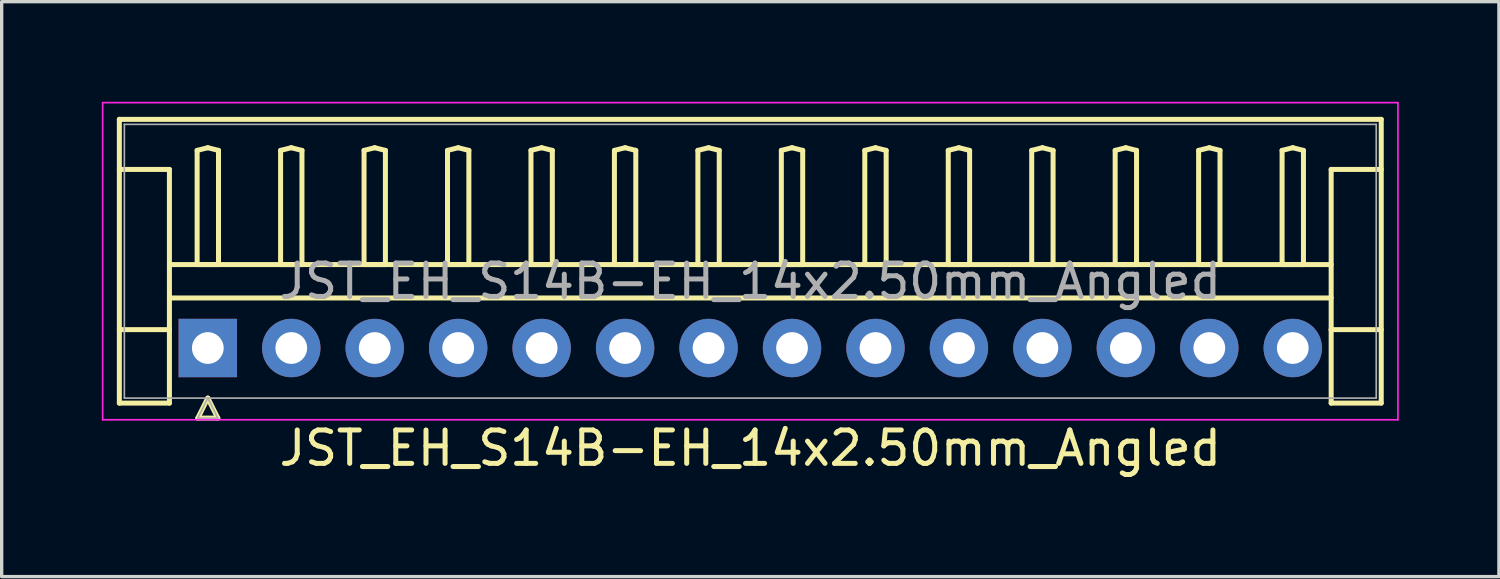
<source format=kicad_pcb>
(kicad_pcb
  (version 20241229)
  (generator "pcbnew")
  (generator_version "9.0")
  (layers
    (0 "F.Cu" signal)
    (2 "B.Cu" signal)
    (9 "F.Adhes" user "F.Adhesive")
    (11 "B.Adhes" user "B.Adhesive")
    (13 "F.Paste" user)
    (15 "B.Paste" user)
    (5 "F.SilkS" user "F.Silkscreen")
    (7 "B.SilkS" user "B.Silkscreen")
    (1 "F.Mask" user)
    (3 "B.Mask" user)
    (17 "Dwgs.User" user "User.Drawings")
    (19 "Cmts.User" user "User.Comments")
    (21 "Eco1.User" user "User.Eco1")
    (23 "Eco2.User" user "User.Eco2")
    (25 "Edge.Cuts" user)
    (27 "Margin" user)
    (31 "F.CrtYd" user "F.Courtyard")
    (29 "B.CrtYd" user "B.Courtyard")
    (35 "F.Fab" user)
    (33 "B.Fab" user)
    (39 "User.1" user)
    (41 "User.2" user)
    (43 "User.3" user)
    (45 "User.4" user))
  (footprint "JST_EH_S14B-EH_14x2.50mm_Angled"
    (layer "F.Cu")
    (at 3.175 7.375)
    (property "Reference" "JST_EH_S14B-EH_14x2.50mm_Angled" (at 16.25 -2 0) (layer "F.Fab") (effects (font (size 1 1) (thickness 0.15))))
    (attr through_hole)
    (fp_line (start -2.65 -6.85) (end 35.15 -6.85) (stroke (width 0.15) (type solid)) (layer "F.SilkS"))
    (fp_line (start -2.65 -5.35) (end -1.15 -5.35) (stroke (width 0.15) (type solid)) (layer "F.SilkS"))
    (fp_line (start -2.65 1.65) (end -2.65 -6.85) (stroke (width 0.15) (type solid)) (layer "F.SilkS"))
    (fp_line (start -1.15 -5.35) (end -1.15 -0.55) (stroke (width 0.15) (type solid)) (layer "F.SilkS"))
    (fp_line (start -1.15 -2.5) (end 33.65 -2.5) (stroke (width 0.15) (type solid)) (layer "F.SilkS"))
    (fp_line (start -1.15 -1.5) (end 33.65 -1.5) (stroke (width 0.15) (type solid)) (layer "F.SilkS"))
    (fp_line (start -1.15 -0.55) (end -2.65 -0.55) (stroke (width 0.15) (type solid)) (layer "F.SilkS"))
    (fp_line (start -1.15 -0.55) (end -1.15 1.65) (stroke (width 0.15) (type solid)) (layer "F.SilkS"))
    (fp_line (start -1.15 1.65) (end -2.65 1.65) (stroke (width 0.15) (type solid)) (layer "F.SilkS"))
    (fp_line (start -0.32 -5.92) (end 0 -6) (stroke (width 0.15) (type solid)) (layer "F.SilkS"))
    (fp_line (start -0.32 -2.5) (end -0.32 -5.92) (stroke (width 0.15) (type solid)) (layer "F.SilkS"))
    (fp_line (start -0.3 2.1) (end 0.3 2.1) (stroke (width 0.15) (type solid)) (layer "F.SilkS"))
    (fp_line (start 0 -6) (end 0.32 -5.92) (stroke (width 0.15) (type solid)) (layer "F.SilkS"))
    (fp_line (start 0 -2.5) (end -0.32 -2.5) (stroke (width 0.15) (type solid)) (layer "F.SilkS"))
    (fp_line (start 0 1.5) (end -0.3 2.1) (stroke (width 0.15) (type solid)) (layer "F.SilkS"))
    (fp_line (start 0.3 2.1) (end 0 1.5) (stroke (width 0.15) (type solid)) (layer "F.SilkS"))
    (fp_line (start 0.32 -5.92) (end 0.32 -2.5) (stroke (width 0.15) (type solid)) (layer "F.SilkS"))
    (fp_line (start 0.32 -2.5) (end 0 -2.5) (stroke (width 0.15) (type solid)) (layer "F.SilkS"))
    (fp_line (start 2.18 -5.92) (end 2.5 -6) (stroke (width 0.15) (type solid)) (layer "F.SilkS"))
    (fp_line (start 2.18 -2.5) (end 2.18 -5.92) (stroke (width 0.15) (type solid)) (layer "F.SilkS"))
    (fp_line (start 2.5 -6) (end 2.82 -5.92) (stroke (width 0.15) (type solid)) (layer "F.SilkS"))
    (fp_line (start 2.5 -2.5) (end 2.18 -2.5) (stroke (width 0.15) (type solid)) (layer "F.SilkS"))
    (fp_line (start 2.82 -5.92) (end 2.82 -2.5) (stroke (width 0.15) (type solid)) (layer "F.SilkS"))
    (fp_line (start 2.82 -2.5) (end 2.5 -2.5) (stroke (width 0.15) (type solid)) (layer "F.SilkS"))
    (fp_line (start 4.68 -5.92) (end 5 -6) (stroke (width 0.15) (type solid)) (layer "F.SilkS"))
    (fp_line (start 4.68 -2.5) (end 4.68 -5.92) (stroke (width 0.15) (type solid)) (layer "F.SilkS"))
    (fp_line (start 5 -6) (end 5.32 -5.92) (stroke (width 0.15) (type solid)) (layer "F.SilkS"))
    (fp_line (start 5 -2.5) (end 4.68 -2.5) (stroke (width 0.15) (type solid)) (layer "F.SilkS"))
    (fp_line (start 5.32 -5.92) (end 5.32 -2.5) (stroke (width 0.15) (type solid)) (layer "F.SilkS"))
    (fp_line (start 5.32 -2.5) (end 5 -2.5) (stroke (width 0.15) (type solid)) (layer "F.SilkS"))
    (fp_line (start 7.18 -5.92) (end 7.5 -6) (stroke (width 0.15) (type solid)) (layer "F.SilkS"))
    (fp_line (start 7.18 -2.5) (end 7.18 -5.92) (stroke (width 0.15) (type solid)) (layer "F.SilkS"))
    (fp_line (start 7.5 -6) (end 7.82 -5.92) (stroke (width 0.15) (type solid)) (layer "F.SilkS"))
    (fp_line (start 7.5 -2.5) (end 7.18 -2.5) (stroke (width 0.15) (type solid)) (layer "F.SilkS"))
    (fp_line (start 7.82 -5.92) (end 7.82 -2.5) (stroke (width 0.15) (type solid)) (layer "F.SilkS"))
    (fp_line (start 7.82 -2.5) (end 7.5 -2.5) (stroke (width 0.15) (type solid)) (layer "F.SilkS"))
    (fp_line (start 9.68 -5.92) (end 10 -6) (stroke (width 0.15) (type solid)) (layer "F.SilkS"))
    (fp_line (start 9.68 -2.5) (end 9.68 -5.92) (stroke (width 0.15) (type solid)) (layer "F.SilkS"))
    (fp_line (start 10 -6) (end 10.32 -5.92) (stroke (width 0.15) (type solid)) (layer "F.SilkS"))
    (fp_line (start 10 -2.5) (end 9.68 -2.5) (stroke (width 0.15) (type solid)) (layer "F.SilkS"))
    (fp_line (start 10.32 -5.92) (end 10.32 -2.5) (stroke (width 0.15) (type solid)) (layer "F.SilkS"))
    (fp_line (start 10.32 -2.5) (end 10 -2.5) (stroke (width 0.15) (type solid)) (layer "F.SilkS"))
    (fp_line (start 12.18 -5.92) (end 12.5 -6) (stroke (width 0.15) (type solid)) (layer "F.SilkS"))
    (fp_line (start 12.18 -2.5) (end 12.18 -5.92) (stroke (width 0.15) (type solid)) (layer "F.SilkS"))
    (fp_line (start 12.5 -6) (end 12.82 -5.92) (stroke (width 0.15) (type solid)) (layer "F.SilkS"))
    (fp_line (start 12.5 -2.5) (end 12.18 -2.5) (stroke (width 0.15) (type solid)) (layer "F.SilkS"))
    (fp_line (start 12.82 -5.92) (end 12.82 -2.5) (stroke (width 0.15) (type solid)) (layer "F.SilkS"))
    (fp_line (start 12.82 -2.5) (end 12.5 -2.5) (stroke (width 0.15) (type solid)) (layer "F.SilkS"))
    (fp_line (start 14.68 -5.92) (end 15 -6) (stroke (width 0.15) (type solid)) (layer "F.SilkS"))
    (fp_line (start 14.68 -2.5) (end 14.68 -5.92) (stroke (width 0.15) (type solid)) (layer "F.SilkS"))
    (fp_line (start 15 -6) (end 15.32 -5.92) (stroke (width 0.15) (type solid)) (layer "F.SilkS"))
    (fp_line (start 15 -2.5) (end 14.68 -2.5) (stroke (width 0.15) (type solid)) (layer "F.SilkS"))
    (fp_line (start 15.32 -5.92) (end 15.32 -2.5) (stroke (width 0.15) (type solid)) (layer "F.SilkS"))
    (fp_line (start 15.32 -2.5) (end 15 -2.5) (stroke (width 0.15) (type solid)) (layer "F.SilkS"))
    (fp_line (start 17.18 -5.92) (end 17.5 -6) (stroke (width 0.15) (type solid)) (layer "F.SilkS"))
    (fp_line (start 17.18 -2.5) (end 17.18 -5.92) (stroke (width 0.15) (type solid)) (layer "F.SilkS"))
    (fp_line (start 17.5 -6) (end 17.82 -5.92) (stroke (width 0.15) (type solid)) (layer "F.SilkS"))
    (fp_line (start 17.5 -2.5) (end 17.18 -2.5) (stroke (width 0.15) (type solid)) (layer "F.SilkS"))
    (fp_line (start 17.82 -5.92) (end 17.82 -2.5) (stroke (width 0.15) (type solid)) (layer "F.SilkS"))
    (fp_line (start 17.82 -2.5) (end 17.5 -2.5) (stroke (width 0.15) (type solid)) (layer "F.SilkS"))
    (fp_line (start 19.68 -5.92) (end 20 -6) (stroke (width 0.15) (type solid)) (layer "F.SilkS"))
    (fp_line (start 19.68 -2.5) (end 19.68 -5.92) (stroke (width 0.15) (type solid)) (layer "F.SilkS"))
    (fp_line (start 20 -6) (end 20.32 -5.92) (stroke (width 0.15) (type solid)) (layer "F.SilkS"))
    (fp_line (start 20 -2.5) (end 19.68 -2.5) (stroke (width 0.15) (type solid)) (layer "F.SilkS"))
    (fp_line (start 20.32 -5.92) (end 20.32 -2.5) (stroke (width 0.15) (type solid)) (layer "F.SilkS"))
    (fp_line (start 20.32 -2.5) (end 20 -2.5) (stroke (width 0.15) (type solid)) (layer "F.SilkS"))
    (fp_line (start 22.18 -5.92) (end 22.5 -6) (stroke (width 0.15) (type solid)) (layer "F.SilkS"))
    (fp_line (start 22.18 -2.5) (end 22.18 -5.92) (stroke (width 0.15) (type solid)) (layer "F.SilkS"))
    (fp_line (start 22.5 -6) (end 22.82 -5.92) (stroke (width 0.15) (type solid)) (layer "F.SilkS"))
    (fp_line (start 22.5 -2.5) (end 22.18 -2.5) (stroke (width 0.15) (type solid)) (layer "F.SilkS"))
    (fp_line (start 22.82 -5.92) (end 22.82 -2.5) (stroke (width 0.15) (type solid)) (layer "F.SilkS"))
    (fp_line (start 22.82 -2.5) (end 22.5 -2.5) (stroke (width 0.15) (type solid)) (layer "F.SilkS"))
    (fp_line (start 24.68 -5.92) (end 25 -6) (stroke (width 0.15) (type solid)) (layer "F.SilkS"))
    (fp_line (start 24.68 -2.5) (end 24.68 -5.92) (stroke (width 0.15) (type solid)) (layer "F.SilkS"))
    (fp_line (start 25 -6) (end 25.32 -5.92) (stroke (width 0.15) (type solid)) (layer "F.SilkS"))
    (fp_line (start 25 -2.5) (end 24.68 -2.5) (stroke (width 0.15) (type solid)) (layer "F.SilkS"))
    (fp_line (start 25.32 -5.92) (end 25.32 -2.5) (stroke (width 0.15) (type solid)) (layer "F.SilkS"))
    (fp_line (start 25.32 -2.5) (end 25 -2.5) (stroke (width 0.15) (type solid)) (layer "F.SilkS"))
    (fp_line (start 27.18 -5.92) (end 27.5 -6) (stroke (width 0.15) (type solid)) (layer "F.SilkS"))
    (fp_line (start 27.18 -2.5) (end 27.18 -5.92) (stroke (width 0.15) (type solid)) (layer "F.SilkS"))
    (fp_line (start 27.5 -6) (end 27.82 -5.92) (stroke (width 0.15) (type solid)) (layer "F.SilkS"))
    (fp_line (start 27.5 -2.5) (end 27.18 -2.5) (stroke (width 0.15) (type solid)) (layer "F.SilkS"))
    (fp_line (start 27.82 -5.92) (end 27.82 -2.5) (stroke (width 0.15) (type solid)) (layer "F.SilkS"))
    (fp_line (start 27.82 -2.5) (end 27.5 -2.5) (stroke (width 0.15) (type solid)) (layer "F.SilkS"))
    (fp_line (start 29.68 -5.92) (end 30 -6) (stroke (width 0.15) (type solid)) (layer "F.SilkS"))
    (fp_line (start 29.68 -2.5) (end 29.68 -5.92) (stroke (width 0.15) (type solid)) (layer "F.SilkS"))
    (fp_line (start 30 -6) (end 30.32 -5.92) (stroke (width 0.15) (type solid)) (layer "F.SilkS"))
    (fp_line (start 30 -2.5) (end 29.68 -2.5) (stroke (width 0.15) (type solid)) (layer "F.SilkS"))
    (fp_line (start 30.32 -5.92) (end 30.32 -2.5) (stroke (width 0.15) (type solid)) (layer "F.SilkS"))
    (fp_line (start 30.32 -2.5) (end 30 -2.5) (stroke (width 0.15) (type solid)) (layer "F.SilkS"))
    (fp_line (start 32.18 -5.92) (end 32.5 -6) (stroke (width 0.15) (type solid)) (layer "F.SilkS"))
    (fp_line (start 32.18 -2.5) (end 32.18 -5.92) (stroke (width 0.15) (type solid)) (layer "F.SilkS"))
    (fp_line (start 32.5 -6) (end 32.82 -5.92) (stroke (width 0.15) (type solid)) (layer "F.SilkS"))
    (fp_line (start 32.5 -2.5) (end 32.18 -2.5) (stroke (width 0.15) (type solid)) (layer "F.SilkS"))
    (fp_line (start 32.82 -5.92) (end 32.82 -2.5) (stroke (width 0.15) (type solid)) (layer "F.SilkS"))
    (fp_line (start 32.82 -2.5) (end 32.5 -2.5) (stroke (width 0.15) (type solid)) (layer "F.SilkS"))
    (fp_line (start 33.65 -5.35) (end 33.65 -0.55) (stroke (width 0.15) (type solid)) (layer "F.SilkS"))
    (fp_line (start 33.65 -0.55) (end 35.15 -0.55) (stroke (width 0.15) (type solid)) (layer "F.SilkS"))
    (fp_line (start 33.65 1.65) (end 33.65 -0.55) (stroke (width 0.15) (type solid)) (layer "F.SilkS"))
    (fp_line (start 35.15 -6.85) (end 35.15 1.65) (stroke (width 0.15) (type solid)) (layer "F.SilkS"))
    (fp_line (start 35.15 -5.35) (end 33.65 -5.35) (stroke (width 0.15) (type solid)) (layer "F.SilkS"))
    (fp_line (start 35.15 1.65) (end 33.65 1.65) (stroke (width 0.15) (type solid)) (layer "F.SilkS"))
    (fp_line (start -3.15 -7.35) (end -3.15 2.15) (stroke (width 0.05) (type solid)) (layer "F.CrtYd"))
    (fp_line (start -3.15 2.15) (end 35.65 2.15) (stroke (width 0.05) (type solid)) (layer "F.CrtYd"))
    (fp_line (start 35.65 -7.35) (end -3.15 -7.35) (stroke (width 0.05) (type solid)) (layer "F.CrtYd"))
    (fp_line (start 35.65 2.15) (end 35.65 -7.35) (stroke (width 0.05) (type solid)) (layer "F.CrtYd"))
    (fp_line (start -2.5 -6.7) (end -2.5 1.5) (stroke (width 0.05) (type solid)) (layer "F.Fab"))
    (fp_line (start -2.5 1.5) (end 35 1.5) (stroke (width 0.05) (type solid)) (layer "F.Fab"))
    (fp_line (start -0.3 2.1) (end 0.3 2.1) (stroke (width 0.05) (type solid)) (layer "F.Fab"))
    (fp_line (start 0 1.5) (end -0.3 2.1) (stroke (width 0.05) (type solid)) (layer "F.Fab"))
    (fp_line (start 0.3 2.1) (end 0 1.5) (stroke (width 0.05) (type solid)) (layer "F.Fab"))
    (fp_line (start 35 -6.7) (end -2.5 -6.7) (stroke (width 0.05) (type solid)) (layer "F.Fab"))
    (fp_line (start 35 1.5) (end 35 -6.7) (stroke (width 0.05) (type solid)) (layer "F.Fab"))
    (fp_text user "${REFERENCE}" (at 16.25 3 0) (layer "F.SilkS") (effects (font (size 1 1) (thickness 0.15))))
    (pad "1" thru_hole rect (at 0 0) (size 1.75 1.75) (drill 0.95) (layers "*.Cu" "*.Mask"))
    (pad "2" thru_hole circle (at 2.5 0) (size 1.75 1.75) (drill 0.95) (layers "*.Cu" "*.Mask"))
    (pad "3" thru_hole circle (at 5 0) (size 1.75 1.75) (drill 0.95) (layers "*.Cu" "*.Mask"))
    (pad "4" thru_hole circle (at 7.5 0) (size 1.75 1.75) (drill 0.95) (layers "*.Cu" "*.Mask"))
    (pad "5" thru_hole circle (at 10 0) (size 1.75 1.75) (drill 0.95) (layers "*.Cu" "*.Mask"))
    (pad "6" thru_hole circle (at 12.5 0) (size 1.75 1.75) (drill 0.95) (layers "*.Cu" "*.Mask"))
    (pad "7" thru_hole circle (at 15 0) (size 1.75 1.75) (drill 0.95) (layers "*.Cu" "*.Mask"))
    (pad "8" thru_hole circle (at 17.5 0) (size 1.75 1.75) (drill 0.95) (layers "*.Cu" "*.Mask"))
    (pad "9" thru_hole circle (at 20 0) (size 1.75 1.75) (drill 0.95) (layers "*.Cu" "*.Mask"))
    (pad "10" thru_hole circle (at 22.5 0) (size 1.75 1.75) (drill 0.95) (layers "*.Cu" "*.Mask"))
    (pad "11" thru_hole circle (at 25 0) (size 1.75 1.75) (drill 0.95) (layers "*.Cu" "*.Mask"))
    (pad "12" thru_hole circle (at 27.5 0) (size 1.75 1.75) (drill 0.95) (layers "*.Cu" "*.Mask"))
    (pad "13" thru_hole circle (at 30 0) (size 1.75 1.75) (drill 0.95) (layers "*.Cu" "*.Mask"))
    (pad "14" thru_hole circle (at 32.5 0) (size 1.75 1.75) (drill 0.95) (layers "*.Cu" "*.Mask")))
  (gr_rect
    (start -3 -3)
    (end 41.85 14.223)
    (stroke (width 0.1) (type default))
    (fill no)
    (layer "Edge.Cuts")))
</source>
